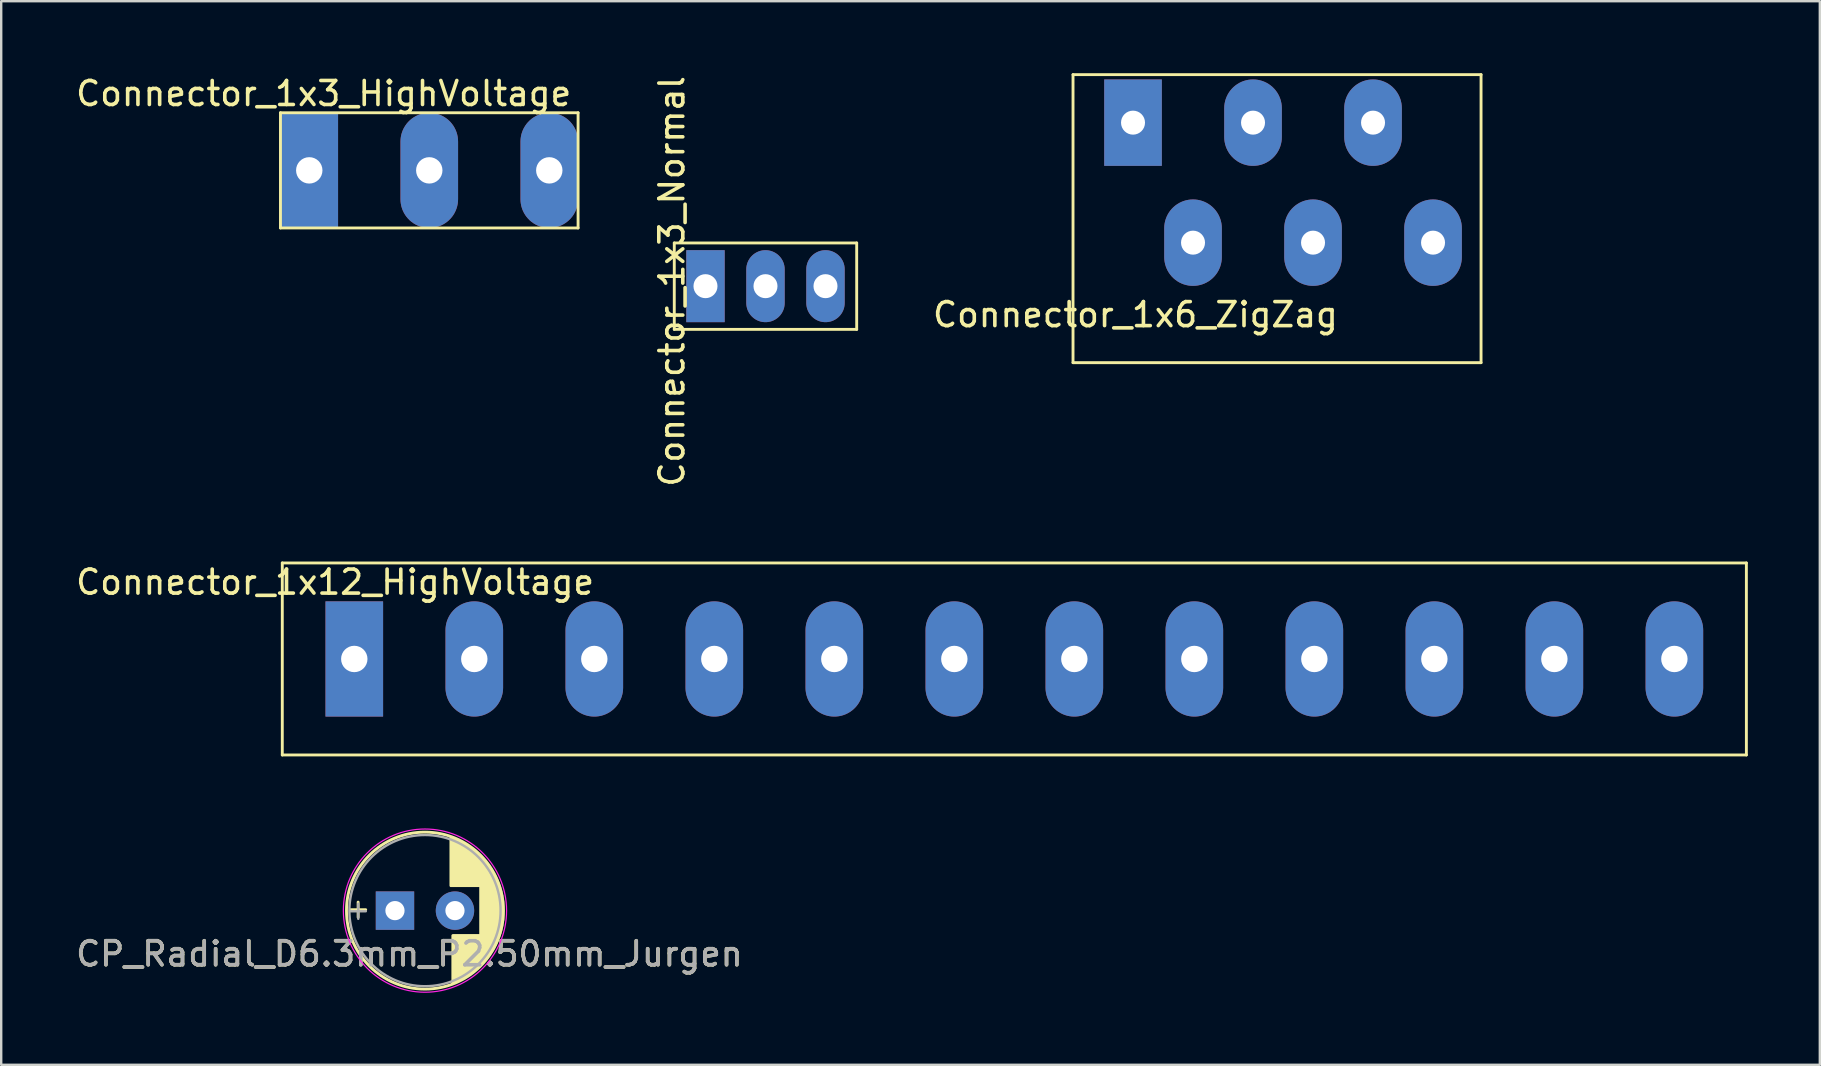
<source format=kicad_pcb>
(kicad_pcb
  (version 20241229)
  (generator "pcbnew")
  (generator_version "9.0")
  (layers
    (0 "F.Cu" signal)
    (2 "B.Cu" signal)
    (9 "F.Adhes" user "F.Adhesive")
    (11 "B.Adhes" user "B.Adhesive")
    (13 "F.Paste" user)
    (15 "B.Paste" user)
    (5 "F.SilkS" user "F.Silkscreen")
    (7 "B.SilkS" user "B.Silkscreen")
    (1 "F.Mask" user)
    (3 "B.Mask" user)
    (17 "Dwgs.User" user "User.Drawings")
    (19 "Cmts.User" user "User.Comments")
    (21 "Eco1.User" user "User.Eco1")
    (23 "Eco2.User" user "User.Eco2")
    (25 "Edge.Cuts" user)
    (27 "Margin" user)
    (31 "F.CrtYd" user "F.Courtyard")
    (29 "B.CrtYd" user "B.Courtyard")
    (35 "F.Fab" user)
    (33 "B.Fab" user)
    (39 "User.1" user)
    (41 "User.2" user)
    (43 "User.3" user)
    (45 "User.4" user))
  (footprint "CP_Radial_D6.3mm_P2.50mm_Jurgen"
    (layer "F.Cu")
    (at 13.406 34.89)
    (property "Reference" "CP_Radial_D6.3mm_P2.50mm_Jurgen" (at 0.6 1.8 0) (layer "F.SilkS") (effects (font (size 1 1) (thickness 0.15))))
    (attr through_hole)
    (fp_line (start -1.85 -0.039) (end -1.22 -0.039) (stroke (width 0.12) (type solid)) (layer "F.SilkS"))
    (fp_line (start -1.535 -0.354) (end -1.535 0.276) (stroke (width 0.12) (type solid)) (layer "F.SilkS"))
    (fp_line (start 2.331 -3.047) (end 2.331 -1.04) (stroke (width 0.12) (type solid)) (layer "F.SilkS"))
    (fp_line (start 2.371 -3.033) (end 2.371 -1.04) (stroke (width 0.12) (type solid)) (layer "F.SilkS"))
    (fp_line (start 2.411 -3.018) (end 2.411 -1.04) (stroke (width 0.12) (type solid)) (layer "F.SilkS"))
    (fp_line (start 2.411 1.04) (end 2.411 3.018) (stroke (width 0.12) (type solid)) (layer "F.SilkS"))
    (fp_line (start 2.451 -3.002) (end 2.451 -1.04) (stroke (width 0.12) (type solid)) (layer "F.SilkS"))
    (fp_line (start 2.451 1.04) (end 2.451 3.002) (stroke (width 0.12) (type solid)) (layer "F.SilkS"))
    (fp_line (start 2.491 -2.986) (end 2.491 -1.04) (stroke (width 0.12) (type solid)) (layer "F.SilkS"))
    (fp_line (start 2.491 1.04) (end 2.491 2.986) (stroke (width 0.12) (type solid)) (layer "F.SilkS"))
    (fp_line (start 2.531 -2.97) (end 2.531 -1.04) (stroke (width 0.12) (type solid)) (layer "F.SilkS"))
    (fp_line (start 2.531 1.04) (end 2.531 2.97) (stroke (width 0.12) (type solid)) (layer "F.SilkS"))
    (fp_line (start 2.571 -2.952) (end 2.571 -1.04) (stroke (width 0.12) (type solid)) (layer "F.SilkS"))
    (fp_line (start 2.571 1.04) (end 2.571 2.952) (stroke (width 0.12) (type solid)) (layer "F.SilkS"))
    (fp_line (start 2.611 -2.934) (end 2.611 -1.04) (stroke (width 0.12) (type solid)) (layer "F.SilkS"))
    (fp_line (start 2.611 1.04) (end 2.611 2.934) (stroke (width 0.12) (type solid)) (layer "F.SilkS"))
    (fp_line (start 2.651 -2.916) (end 2.651 -1.04) (stroke (width 0.12) (type solid)) (layer "F.SilkS"))
    (fp_line (start 2.651 1.04) (end 2.651 2.916) (stroke (width 0.12) (type solid)) (layer "F.SilkS"))
    (fp_line (start 2.691 -2.896) (end 2.691 -1.04) (stroke (width 0.12) (type solid)) (layer "F.SilkS"))
    (fp_line (start 2.691 1.04) (end 2.691 2.896) (stroke (width 0.12) (type solid)) (layer "F.SilkS"))
    (fp_line (start 2.731 -2.876) (end 2.731 -1.04) (stroke (width 0.12) (type solid)) (layer "F.SilkS"))
    (fp_line (start 2.731 1.04) (end 2.731 2.876) (stroke (width 0.12) (type solid)) (layer "F.SilkS"))
    (fp_line (start 2.771 -2.856) (end 2.771 -1.04) (stroke (width 0.12) (type solid)) (layer "F.SilkS"))
    (fp_line (start 2.771 1.04) (end 2.771 2.856) (stroke (width 0.12) (type solid)) (layer "F.SilkS"))
    (fp_line (start 2.811 -2.834) (end 2.811 -1.04) (stroke (width 0.12) (type solid)) (layer "F.SilkS"))
    (fp_line (start 2.811 1.04) (end 2.811 2.834) (stroke (width 0.12) (type solid)) (layer "F.SilkS"))
    (fp_line (start 2.851 -2.812) (end 2.851 -1.04) (stroke (width 0.12) (type solid)) (layer "F.SilkS"))
    (fp_line (start 2.851 1.04) (end 2.851 2.812) (stroke (width 0.12) (type solid)) (layer "F.SilkS"))
    (fp_line (start 2.891 -2.79) (end 2.891 -1.04) (stroke (width 0.12) (type solid)) (layer "F.SilkS"))
    (fp_line (start 2.891 1.04) (end 2.891 2.79) (stroke (width 0.12) (type solid)) (layer "F.SilkS"))
    (fp_line (start 2.931 -2.766) (end 2.931 -1.04) (stroke (width 0.12) (type solid)) (layer "F.SilkS"))
    (fp_line (start 2.931 1.04) (end 2.931 2.766) (stroke (width 0.12) (type solid)) (layer "F.SilkS"))
    (fp_line (start 2.971 -2.742) (end 2.971 -1.04) (stroke (width 0.12) (type solid)) (layer "F.SilkS"))
    (fp_line (start 2.971 1.04) (end 2.971 2.742) (stroke (width 0.12) (type solid)) (layer "F.SilkS"))
    (fp_line (start 3.011 -2.716) (end 3.011 -1.04) (stroke (width 0.12) (type solid)) (layer "F.SilkS"))
    (fp_line (start 3.011 1.04) (end 3.011 2.716) (stroke (width 0.12) (type solid)) (layer "F.SilkS"))
    (fp_line (start 3.051 -2.69) (end 3.051 -1.04) (stroke (width 0.12) (type solid)) (layer "F.SilkS"))
    (fp_line (start 3.051 1.04) (end 3.051 2.69) (stroke (width 0.12) (type solid)) (layer "F.SilkS"))
    (fp_line (start 3.091 -2.664) (end 3.091 -1.04) (stroke (width 0.12) (type solid)) (layer "F.SilkS"))
    (fp_line (start 3.091 1.04) (end 3.091 2.664) (stroke (width 0.12) (type solid)) (layer "F.SilkS"))
    (fp_line (start 3.131 -2.636) (end 3.131 -1.04) (stroke (width 0.12) (type solid)) (layer "F.SilkS"))
    (fp_line (start 3.131 1.04) (end 3.131 2.636) (stroke (width 0.12) (type solid)) (layer "F.SilkS"))
    (fp_line (start 3.171 -2.607) (end 3.171 -1.04) (stroke (width 0.12) (type solid)) (layer "F.SilkS"))
    (fp_line (start 3.171 1.04) (end 3.171 2.607) (stroke (width 0.12) (type solid)) (layer "F.SilkS"))
    (fp_line (start 3.211 -2.578) (end 3.211 -1.04) (stroke (width 0.12) (type solid)) (layer "F.SilkS"))
    (fp_line (start 3.211 1.04) (end 3.211 2.578) (stroke (width 0.12) (type solid)) (layer "F.SilkS"))
    (fp_line (start 3.251 -2.548) (end 3.251 -1.04) (stroke (width 0.12) (type solid)) (layer "F.SilkS"))
    (fp_line (start 3.251 1.04) (end 3.251 2.548) (stroke (width 0.12) (type solid)) (layer "F.SilkS"))
    (fp_line (start 3.291 -2.516) (end 3.291 -1.04) (stroke (width 0.12) (type solid)) (layer "F.SilkS"))
    (fp_line (start 3.291 1.04) (end 3.291 2.516) (stroke (width 0.12) (type solid)) (layer "F.SilkS"))
    (fp_line (start 3.331 -2.484) (end 3.331 -1.04) (stroke (width 0.12) (type solid)) (layer "F.SilkS"))
    (fp_line (start 3.331 1.04) (end 3.331 2.484) (stroke (width 0.12) (type solid)) (layer "F.SilkS"))
    (fp_line (start 3.371 -2.45) (end 3.371 -1.04) (stroke (width 0.12) (type solid)) (layer "F.SilkS"))
    (fp_line (start 3.371 1.04) (end 3.371 2.45) (stroke (width 0.12) (type solid)) (layer "F.SilkS"))
    (fp_line (start 3.411 -2.416) (end 3.411 -1.04) (stroke (width 0.12) (type solid)) (layer "F.SilkS"))
    (fp_line (start 3.411 1.04) (end 3.411 2.416) (stroke (width 0.12) (type solid)) (layer "F.SilkS"))
    (fp_line (start 3.451 -2.38) (end 3.451 -1.04) (stroke (width 0.12) (type solid)) (layer "F.SilkS"))
    (fp_line (start 3.451 1.04) (end 3.451 2.38) (stroke (width 0.12) (type solid)) (layer "F.SilkS"))
    (fp_line (start 3.491 -2.343) (end 3.491 -1.04) (stroke (width 0.12) (type solid)) (layer "F.SilkS"))
    (fp_line (start 3.491 1.04) (end 3.491 2.343) (stroke (width 0.12) (type solid)) (layer "F.SilkS"))
    (fp_line (start 3.531 -2.305) (end 3.531 -1.04) (stroke (width 0.12) (type solid)) (layer "F.SilkS"))
    (fp_line (start 3.531 1.04) (end 3.531 2.305) (stroke (width 0.12) (type solid)) (layer "F.SilkS"))
    (fp_line (start 3.571 -2.265) (end 3.571 2.265) (stroke (width 0.12) (type solid)) (layer "F.SilkS"))
    (fp_line (start 3.611 -2.224) (end 3.611 2.224) (stroke (width 0.12) (type solid)) (layer "F.SilkS"))
    (fp_line (start 3.651 -2.182) (end 3.651 2.182) (stroke (width 0.12) (type solid)) (layer "F.SilkS"))
    (fp_line (start 3.691 -2.137) (end 3.691 2.137) (stroke (width 0.12) (type solid)) (layer "F.SilkS"))
    (fp_line (start 3.731 -2.092) (end 3.731 2.092) (stroke (width 0.12) (type solid)) (layer "F.SilkS"))
    (fp_line (start 3.771 -2.044) (end 3.771 2.044) (stroke (width 0.12) (type solid)) (layer "F.SilkS"))
    (fp_line (start 3.811 -1.995) (end 3.811 1.995) (stroke (width 0.12) (type solid)) (layer "F.SilkS"))
    (fp_line (start 3.851 -1.944) (end 3.851 1.944) (stroke (width 0.12) (type solid)) (layer "F.SilkS"))
    (fp_line (start 3.891 -1.89) (end 3.891 1.89) (stroke (width 0.12) (type solid)) (layer "F.SilkS"))
    (fp_line (start 3.931 -1.834) (end 3.931 1.834) (stroke (width 0.12) (type solid)) (layer "F.SilkS"))
    (fp_line (start 3.971 -1.776) (end 3.971 1.776) (stroke (width 0.12) (type solid)) (layer "F.SilkS"))
    (fp_line (start 4.011 -1.714) (end 4.011 1.714) (stroke (width 0.12) (type solid)) (layer "F.SilkS"))
    (fp_line (start 4.051 -1.65) (end 4.051 1.65) (stroke (width 0.12) (type solid)) (layer "F.SilkS"))
    (fp_line (start 4.091 -1.581) (end 4.091 1.581) (stroke (width 0.12) (type solid)) (layer "F.SilkS"))
    (fp_line (start 4.131 -1.509) (end 4.131 1.509) (stroke (width 0.12) (type solid)) (layer "F.SilkS"))
    (fp_line (start 4.171 -1.432) (end 4.171 1.432) (stroke (width 0.12) (type solid)) (layer "F.SilkS"))
    (fp_line (start 4.211 -1.35) (end 4.211 1.35) (stroke (width 0.12) (type solid)) (layer "F.SilkS"))
    (fp_line (start 4.251 -1.262) (end 4.251 1.262) (stroke (width 0.12) (type solid)) (layer "F.SilkS"))
    (fp_line (start 4.291 -1.165) (end 4.291 1.165) (stroke (width 0.12) (type solid)) (layer "F.SilkS"))
    (fp_line (start 4.331 -1.059) (end 4.331 1.059) (stroke (width 0.12) (type solid)) (layer "F.SilkS"))
    (fp_line (start 4.371 -0.94) (end 4.371 0.94) (stroke (width 0.12) (type solid)) (layer "F.SilkS"))
    (fp_line (start 4.411 -0.802) (end 4.411 0.802) (stroke (width 0.12) (type solid)) (layer "F.SilkS"))
    (fp_line (start 4.451 -0.633) (end 4.451 0.633) (stroke (width 0.12) (type solid)) (layer "F.SilkS"))
    (fp_line (start 4.491 -0.402) (end 4.491 0.402) (stroke (width 0.12) (type solid)) (layer "F.SilkS"))
    (fp_circle (center 1.25 0) (end 4.52 0) (stroke (width 0.12) (type solid)) (fill no) (layer "F.SilkS"))
    (fp_circle (center 1.25 0) (end 4.65 0) (stroke (width 0.05) (type solid)) (fill no) (layer "F.CrtYd"))
    (fp_line (start -1.844 0.026) (end -1.214 0.026) (stroke (width 0.1) (type solid)) (layer "F.Fab"))
    (fp_line (start -1.529 -0.288) (end -1.529 0.342) (stroke (width 0.1) (type solid)) (layer "F.Fab"))
    (fp_circle (center 1.25 0) (end 4.4 0) (stroke (width 0.1) (type solid)) (fill no) (layer "F.Fab"))
    (fp_text user "${REFERENCE}" (at 0.6 1.8 0) (layer "F.Fab") (effects (font (size 1 1) (thickness 0.15))))
    (pad "1" thru_hole rect (at 0 0) (size 1.6 1.6) (drill 0.8) (layers "*.Cu" "*.Mask"))
    (pad "2" thru_hole circle (at 2.5 0) (size 1.6 1.6) (drill 0.8) (layers "*.Cu" "*.Mask")))
  (footprint "Connector_1x3_HighVoltage"
    (layer "F.Cu")
    (at 9.835 4.048)
    (property "Reference" "Connector_1x3_HighVoltage" (at 0.6 -3.2 0) (layer "F.SilkS") (effects (font (size 1 1) (thickness 0.15))))
    (attr through_hole)
    (fp_line (start -1.2 -2.4) (end -1.2 2.4) (stroke (width 0.12) (type solid)) (layer "F.SilkS"))
    (fp_line (start -1.2 -2.4) (end 11.2 -2.4) (stroke (width 0.12) (type solid)) (layer "F.SilkS"))
    (fp_line (start -1.2 2.4) (end 11.2 2.4) (stroke (width 0.12) (type solid)) (layer "F.SilkS"))
    (fp_line (start 11.2 -2.4) (end 11.2 2.4) (stroke (width 0.12) (type solid)) (layer "F.SilkS"))
    (pad "1" thru_hole rect (at 0 0) (size 2.4 4.8) (drill 1.1) (layers "*.Cu" "*.Mask"))
    (pad "2" thru_hole oval (at 5 0) (size 2.4 4.8) (drill 1.1) (layers "*.Cu" "*.Mask"))
    (pad "3" thru_hole oval (at 10 0) (size 2.4 4.8) (drill 1.1) (layers "*.Cu" "*.Mask")))
  (footprint "Connector_1x6_ZigZag"
    (layer "F.Cu")
    (at 49.656 6.06)
    (property "Reference" "Connector_1x6_ZigZag" (at -5.4 4 0) (layer "F.SilkS") (effects (font (size 1 1) (thickness 0.15))))
    (attr through_hole)
    (fp_line (start -8 -6) (end -8 6) (stroke (width 0.12) (type solid)) (layer "F.SilkS"))
    (fp_line (start -8 -6) (end 9 -6) (stroke (width 0.12) (type solid)) (layer "F.SilkS"))
    (fp_line (start -8 6) (end 9 6) (stroke (width 0.12) (type solid)) (layer "F.SilkS"))
    (fp_line (start 9 -6) (end 9 6) (stroke (width 0.12) (type solid)) (layer "F.SilkS"))
    (pad "1" thru_hole custom (at -5.5 -4) (size 2.4 3.6) (drill 1) (layers "*.Cu" "*.Mask") (options (anchor rect)) (primitives))
    (pad "2" thru_hole oval (at -3 1) (size 2.4 3.6) (drill 1) (layers "*.Cu" "*.Mask"))
    (pad "3" thru_hole oval (at -0.5 -4) (size 2.4 3.6) (drill 1) (layers "*.Cu" "*.Mask"))
    (pad "4" thru_hole oval (at 2 1) (size 2.4 3.6) (drill 1) (layers "*.Cu" "*.Mask"))
    (pad "5" thru_hole oval (at 4.5 -4) (size 2.4 3.6) (drill 1) (layers "*.Cu" "*.Mask"))
    (pad "6" thru_hole oval (at 7 1) (size 2.4 3.6) (drill 1) (layers "*.Cu" "*.Mask")))
  (footprint "Connector_1x12_HighVoltage"
    (layer "F.Cu")
    (at 58.711 24.405)
    (property "Reference" "Connector_1x12_HighVoltage" (at -47.8 -3.2 0) (layer "F.SilkS") (effects (font (size 1 1) (thickness 0.15))))
    (attr through_hole)
    (fp_line (start -50 -4) (end -50 4) (stroke (width 0.12) (type solid)) (layer "F.SilkS"))
    (fp_line (start -50 -4) (end 11 -4) (stroke (width 0.12) (type solid)) (layer "F.SilkS"))
    (fp_line (start -50 4) (end 11 4) (stroke (width 0.12) (type solid)) (layer "F.SilkS"))
    (fp_line (start 11 -4) (end 11 4) (stroke (width 0.12) (type solid)) (layer "F.SilkS"))
    (pad "1" thru_hole custom (at -47 0) (size 2.4 4.8) (drill 1.1) (layers "*.Cu" "*.Mask") (options (anchor rect)) (primitives))
    (pad "2" thru_hole oval (at -42 0) (size 2.4 4.8) (drill 1.1) (layers "*.Cu" "*.Mask"))
    (pad "3" thru_hole oval (at -37 0) (size 2.4 4.8) (drill 1.1) (layers "*.Cu" "*.Mask"))
    (pad "4" thru_hole oval (at -32 0) (size 2.4 4.8) (drill 1.1) (layers "*.Cu" "*.Mask"))
    (pad "5" thru_hole oval (at -27 0) (size 2.4 4.8) (drill 1.1) (layers "*.Cu" "*.Mask"))
    (pad "6" thru_hole oval (at -22 0) (size 2.4 4.8) (drill 1.1) (layers "*.Cu" "*.Mask"))
    (pad "7" thru_hole oval (at -17 0) (size 2.4 4.8) (drill 1.1) (layers "*.Cu" "*.Mask"))
    (pad "8" thru_hole oval (at -12 0) (size 2.4 4.8) (drill 1.1) (layers "*.Cu" "*.Mask"))
    (pad "9" thru_hole oval (at -7 0) (size 2.4 4.8) (drill 1.1) (layers "*.Cu" "*.Mask"))
    (pad "10" thru_hole oval (at -2 0) (size 2.4 4.8) (drill 1.1) (layers "*.Cu" "*.Mask"))
    (pad "11" thru_hole oval (at 3 0) (size 2.4 4.8) (drill 1.1) (layers "*.Cu" "*.Mask"))
    (pad "12" thru_hole oval (at 8 0) (size 2.4 4.8) (drill 1.1) (layers "*.Cu" "*.Mask")))
  (footprint "Connector_1x3_Normal"
    (layer "F.Cu")
    (at 26.343 8.873)
    (property "Reference" "Connector_1x3_Normal" (at -1.4 -0.2 90) (layer "F.SilkS") (effects (font (size 1 1) (thickness 0.15))))
    (attr through_hole)
    (fp_line (start -1.3 -1.8) (end -1.3 1.8) (stroke (width 0.12) (type solid)) (layer "F.SilkS"))
    (fp_line (start -1.3 -1.8) (end 6.3 -1.8) (stroke (width 0.12) (type solid)) (layer "F.SilkS"))
    (fp_line (start -1.3 1.8) (end 6.3 1.8) (stroke (width 0.12) (type solid)) (layer "F.SilkS"))
    (fp_line (start 6.3 -1.8) (end 6.3 1.8) (stroke (width 0.12) (type solid)) (layer "F.SilkS"))
    (pad "1" thru_hole rect (at 0 0) (size 1.6 3) (drill 1) (layers "*.Cu" "*.Mask"))
    (pad "2" thru_hole oval (at 2.5 0) (size 1.6 3) (drill 1) (layers "*.Cu" "*.Mask"))
    (pad "3" thru_hole oval (at 5 0) (size 1.6 3) (drill 1) (layers "*.Cu" "*.Mask")))
  (gr_rect
    (start -3 -3)
    (end 72.771 41.315)
    (stroke (width 0.1) (type default))
    (fill no)
    (layer "Edge.Cuts")))
</source>
